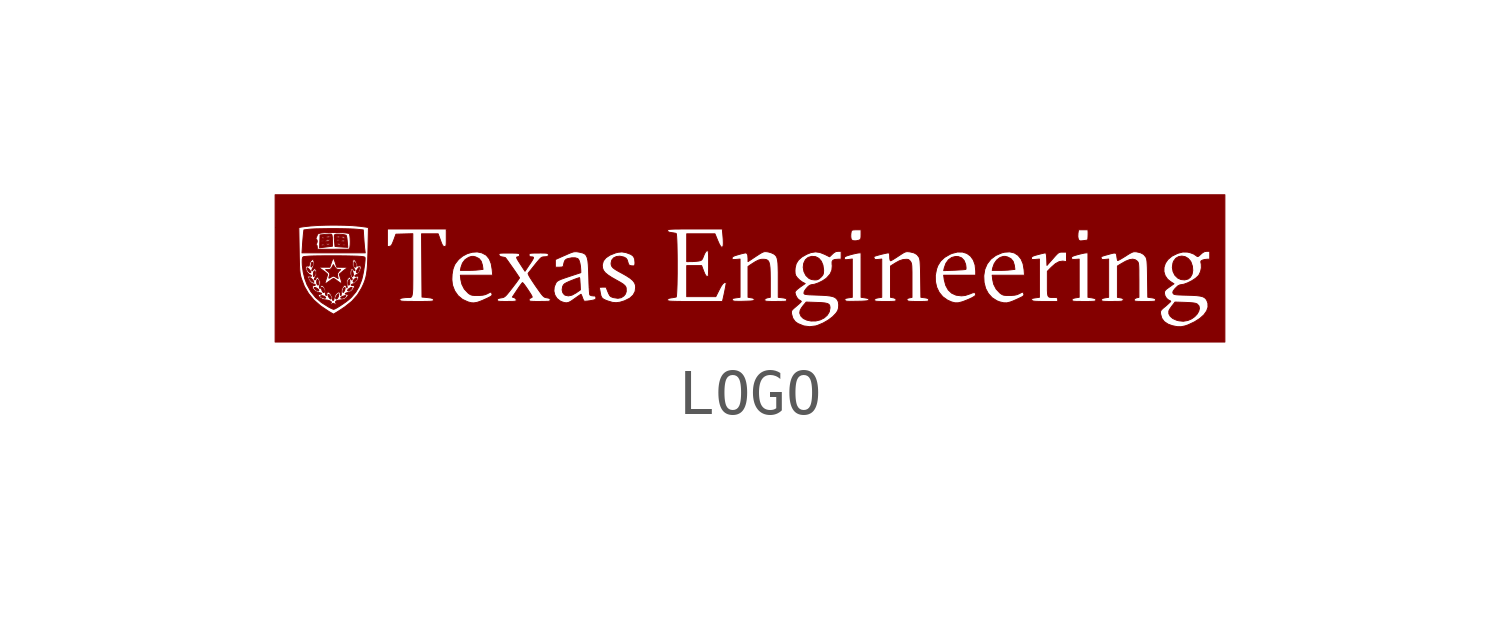
<source format=kicad_sym>
(kicad_symbol_lib
  (version 20220914)
  (generator bitmap2component)
  (symbol "LOGO"
    (pin_names
      (offset 1.016))
    (property "Reference" "#G"
      (at 0 0.986 0)
      (effects (font (size 1.27 1.27)) hide))
    (symbol "LOGO_0_0"
      (polyline (pts (xy 10.516 -0.009) (xy 10.516 1.621) (xy 0.009 1.621) (xy -10.498 1.621) (xy -10.498 0.896) (xy -9.973 0.896) (xy -9.914 0.906) (xy -9.861 0.914) (xy -9.713 0.93) (xy -9.541 0.942) (xy -9.355 0.948) (xy -9.163 0.949) (xy -8.972 0.946) (xy -8.791 0.938) (xy -8.628 0.924) (xy -8.492 0.906) (xy -8.433 0.896) (xy -8.434 0.863) (xy -8.014 0.863) (xy -7.363 0.863) (xy -6.711 0.863) (xy -6.711 0.829) (xy -1.814 0.829) (xy -1.813 0.837) (xy -1.809 0.844) (xy -1.796 0.85) (xy -1.773 0.855) (xy -1.736 0.858) (xy -1.68 0.861) (xy -1.603 0.862) (xy -1.501 0.863) (xy -1.371 0.863) (xy -1.209 0.863) (xy -0.604 0.863) (xy -0.593 0.746) (xy 2.239 0.746) (xy 2.248 0.806) (xy 2.254 0.823) (xy 2.271 0.838) (xy 2.304 0.844) (xy 2.362 0.846) (xy 2.466 0.846) (xy 2.466 0.739) (xy 2.465 0.692) (xy 7.262 0.692) (xy 7.265 0.765) (xy 7.277 0.846) (xy 7.382 0.846) (xy 7.486 0.846) (xy 7.489 0.788) (xy 7.489 0.741) (xy 7.487 0.686) (xy 7.484 0.642) (xy 7.478 0.62) (xy 7.47 0.618) (xy 7.435 0.612) (xy 7.384 0.605) (xy 7.346 0.601) (xy 7.309 0.601) (xy 7.288 0.613) (xy 7.273 0.639) (xy 7.262 0.692) (xy 2.465 0.692) (xy 2.465 0.686) (xy 2.46 0.649) (xy 2.446 0.629) (xy 2.421 0.616) (xy 2.417 0.615) (xy 2.354 0.601) (xy 2.297 0.603) (xy 2.258 0.62) (xy 2.248 0.638) (xy 2.239 0.686) (xy 2.239 0.746) (xy -0.593 0.746) (xy -0.593 0.744) (xy -0.584 0.635) (xy -0.581 0.552) (xy -0.584 0.497) (xy -0.595 0.467) (xy -0.612 0.458) (xy -0.62 0.46) (xy -0.642 0.481) (xy -0.67 0.529) (xy -0.705 0.608) (xy -0.766 0.757) (xy -1.079 0.757) (xy -1.391 0.757) (xy -1.391 0.449) (xy -1.391 0.141) (xy -1.29 0.142) (xy -1.251 0.143) (xy -1.179 0.148) (xy -1.121 0.155) (xy -1.118 0.156) (xy -1.081 0.165) (xy -1.056 0.182) (xy -1.037 0.215) (xy -1.014 0.273) (xy -0.996 0.316) (xy -0.968 0.365) (xy -0.941 0.384) (xy -0.932 0.384) (xy -0.922 0.38) (xy -0.915 0.364) (xy -0.911 0.333) (xy -0.908 0.282) (xy -0.907 0.22) (xy -0.388 0.22) (xy -0.382 0.24) (xy -0.361 0.257) (xy -0.32 0.274) (xy -0.25 0.295) (xy -0.233 0.3) (xy -0.167 0.318) (xy -0.114 0.33) (xy -0.085 0.335) (xy -0.083 0.335) (xy -0.056 0.321) (xy -0.04 0.281) (xy -0.035 0.21) (xy -0.035 0.141) (xy 0.137 0.256) (xy 0.191 0.291) (xy 0.249 0.328) (xy 0.291 0.35) (xy 0.324 0.361) (xy 0.355 0.363) (xy 0.392 0.359) (xy 0.411 0.356) (xy 0.476 0.338) (xy 0.529 0.314) (xy 0.536 0.31) (xy 0.566 0.288) (xy 0.589 0.261) (xy 0.606 0.225) (xy 0.618 0.175) (xy 0.627 0.108) (xy 0.631 0.019) (xy 0.634 -0.097) (xy 0.634 -0.244) (xy 0.634 -0.648) (xy 0.732 -0.66) (xy 0.743 -0.661) (xy 0.795 -0.671) (xy 0.819 -0.682) (xy 0.821 -0.699) (xy 0.816 -0.712) (xy 0.81 -0.732) (xy 0.809 -0.733) (xy 0.784 -0.736) (xy 0.732 -0.738) (xy 0.659 -0.739) (xy 0.573 -0.74) (xy 0.478 -0.74) (xy 0.412 -0.738) (xy 0.37 -0.735) (xy 0.347 -0.729) (xy 0.337 -0.719) (xy 0.335 -0.705) (xy 0.335 -0.698) (xy 0.352 -0.674) (xy 0.396 -0.659) (xy 0.458 -0.648) (xy 0.458 -0.288) (xy 0.458 -0.226) (xy 0.456 -0.096) (xy 0.452 0.004) (xy 0.443 0.078) (xy 0.429 0.13) (xy 0.408 0.164) (xy 0.378 0.183) (xy 0.339 0.192) (xy 0.288 0.194) (xy 0.258 0.192) (xy 0.198 0.176) (xy 0.128 0.141) (xy 0.04 0.085) (xy -0.035 0.034) (xy -0.035 -0.307) (xy -0.035 -0.647) (xy 0.036 -0.659) (xy 0.069 -0.665) (xy 0.098 -0.679) (xy 0.102 -0.701) (xy 0.101 -0.707) (xy 0.09 -0.717) (xy 0.068 -0.725) (xy 0.026 -0.73) (xy -0.039 -0.733) (xy -0.135 -0.736) (xy -0.168 -0.737) (xy -0.254 -0.737) (xy -0.312 -0.736) (xy -0.348 -0.732) (xy -0.368 -0.724) (xy -0.377 -0.712) (xy -0.382 -0.697) (xy -0.388 -0.678) (xy -0.381 -0.675) (xy -0.349 -0.668) (xy -0.299 -0.66) (xy -0.211 -0.648) (xy -0.211 -0.225) (xy -0.211 0.198) (xy -0.299 0.19) (xy -0.332 0.187) (xy -0.368 0.187) (xy -0.384 0.197) (xy -0.388 0.219) (xy -0.388 0.22) (xy -0.907 0.22) (xy -0.907 0.204) (xy -0.907 0.097) (xy -0.907 0.024) (xy -0.908 -0.064) (xy -0.91 -0.124) (xy -0.913 -0.162) (xy -0.919 -0.182) (xy -0.928 -0.19) (xy -0.94 -0.19) (xy -0.96 -0.178) (xy -0.987 -0.138) (xy -1.017 -0.066) (xy -1.061 0.053) (xy -1.226 0.053) (xy -1.391 0.053) (xy -1.391 -0.291) (xy -1.391 -0.634) (xy -1.07 -0.634) (xy -0.748 -0.634) (xy -0.674 -0.486) (xy -0.632 -0.407) (xy -0.593 -0.35) (xy -0.563 -0.326) (xy -0.539 -0.32) (xy -0.518 -0.321) (xy -0.518 -0.326) (xy -0.521 -0.358) (xy -0.531 -0.417) (xy -0.547 -0.497) (xy -0.567 -0.594) (xy -0.591 -0.7) (xy -0.6 -0.74) (xy -1.207 -0.74) (xy -1.349 -0.74) (xy -1.483 -0.74) (xy -1.589 -0.739) (xy -1.67 -0.737) (xy -1.728 -0.735) (xy -1.768 -0.732) (xy -1.794 -0.728) (xy -1.807 -0.722) (xy -1.813 -0.715) (xy -1.814 -0.706) (xy -1.808 -0.684) (xy -1.783 -0.67) (xy -1.731 -0.66) (xy -1.705 -0.657) (xy -1.655 -0.648) (xy -1.625 -0.642) (xy -1.623 -0.64) (xy -1.617 -0.611) (xy -1.613 -0.552) (xy -1.609 -0.47) (xy -1.605 -0.367) (xy -1.603 -0.249) (xy -1.601 -0.12) (xy -1.601 0.015) (xy -1.601 0.152) (xy -1.602 0.285) (xy -1.604 0.411) (xy -1.606 0.525) (xy -1.61 0.622) (xy -1.614 0.697) (xy -1.619 0.747) (xy -1.625 0.765) (xy -1.635 0.768) (xy -1.676 0.776) (xy -1.731 0.784) (xy -1.781 0.793) (xy -1.807 0.807) (xy -1.814 0.829) (xy -6.711 0.829) (xy -6.711 0.669) (xy -6.711 0.614) (xy -6.712 0.548) (xy -6.715 0.507) (xy -6.722 0.485) (xy -6.733 0.477) (xy -6.751 0.476) (xy -6.755 0.476) (xy -6.775 0.482) (xy -6.794 0.504) (xy -6.814 0.546) (xy -6.84 0.617) (xy -6.89 0.757) (xy -7.074 0.757) (xy -7.258 0.757) (xy -7.253 0.057) (xy -7.251 -0.257) (xy -6.587 -0.257) (xy -6.582 -0.14) (xy -6.563 -0.028) (xy -6.53 0.063) (xy -6.512 0.096) (xy -6.439 0.189) (xy -6.348 0.264) (xy -6.245 0.318) (xy -6.136 0.349) (xy -6.027 0.356) (xy -5.925 0.336) (xy -5.834 0.288) (xy -5.821 0.277) (xy -5.759 0.201) (xy -5.717 0.096) (xy -5.695 -0.036) (xy -5.684 -0.159) (xy -6.042 -0.159) (xy -6.399 -0.159) (xy -6.389 -0.256) (xy -6.366 -0.358) (xy -6.312 -0.465) (xy -6.229 -0.553) (xy -6.209 -0.569) (xy -6.176 -0.59) (xy -6.14 -0.602) (xy -6.091 -0.607) (xy -6.018 -0.607) (xy -5.971 -0.607) (xy -5.901 -0.601) (xy -5.848 -0.589) (xy -5.798 -0.567) (xy -5.793 -0.564) (xy -5.747 -0.54) (xy -5.723 -0.534) (xy -5.71 -0.545) (xy -5.7 -0.575) (xy -5.698 -0.582) (xy -5.699 -0.602) (xy -5.716 -0.62) (xy -5.754 -0.643) (xy -5.818 -0.675) (xy -5.828 -0.679) (xy -5.888 -0.706) (xy -5.584 -0.706) (xy -5.577 -0.685) (xy -5.552 -0.671) (xy -5.499 -0.661) (xy -5.477 -0.658) (xy -5.448 -0.651) (xy -5.423 -0.638) (xy -5.395 -0.615) (xy -5.361 -0.578) (xy -5.315 -0.521) (xy -5.252 -0.441) (xy -5.224 -0.404) (xy -5.171 -0.335) (xy -5.129 -0.277) (xy -5.101 -0.236) (xy -5.09 -0.219) (xy -5.096 -0.208) (xy -5.119 -0.174) (xy -5.154 -0.121) (xy -5.198 -0.057) (xy -5.247 0.013) (xy -5.296 0.082) (xy -5.34 0.145) (xy -5.377 0.196) (xy -5.401 0.227) (xy -5.403 0.229) (xy -5.429 0.237) (xy -5.473 0.245) (xy -5.495 0.249) (xy -5.532 0.266) (xy -5.545 0.294) (xy -5.545 0.297) (xy -5.546 0.311) (xy -5.538 0.321) (xy -5.518 0.327) (xy -5.478 0.33) (xy -5.414 0.331) (xy -5.321 0.331) (xy -5.294 0.331) (xy -5.208 0.33) (xy -5.151 0.328) (xy -5.116 0.324) (xy -5.098 0.317) (xy -5.091 0.305) (xy -5.09 0.288) (xy -5.098 0.257) (xy -5.128 0.247) (xy -5.143 0.246) (xy -5.154 0.239) (xy -5.153 0.223) (xy -5.138 0.191) (xy -5.107 0.14) (xy -5.058 0.064) (xy -4.969 -0.072) (xy -4.88 0.061) (xy -4.831 0.133) (xy -4.798 0.186) (xy -4.782 0.22) (xy -4.782 0.238) (xy -4.797 0.245) (xy -4.824 0.247) (xy -4.848 0.248) (xy -4.873 0.259) (xy -4.879 0.288) (xy -4.878 0.305) (xy -4.872 0.317) (xy -4.853 0.325) (xy -4.817 0.329) (xy -4.758 0.331) (xy -4.67 0.331) (xy -4.629 0.332) (xy -4.552 0.331) (xy -4.502 0.329) (xy -4.473 0.323) (xy -4.458 0.314) (xy -4.451 0.3) (xy -4.45 0.295) (xy -4.456 0.267) (xy -4.489 0.251) (xy -4.553 0.247) (xy -4.565 0.246) (xy -4.59 0.241) (xy -4.616 0.226) (xy -4.647 0.196) (xy -4.689 0.147) (xy -4.748 0.075) (xy -4.751 0.071) (xy -4.804 0.004) (xy -4.85 -0.054) (xy -4.884 -0.096) (xy -4.9 -0.117) (xy -4.901 -0.12) (xy -4.892 -0.15) (xy -4.861 -0.206) (xy -4.809 -0.287) (xy -4.738 -0.393) (xy -4.721 -0.417) (xy -4.661 -0.502) (xy -4.655 -0.51) (xy -4.33 -0.51) (xy -4.322 -0.417) (xy -4.283 -0.326) (xy -4.271 -0.309) (xy -4.249 -0.289) (xy -4.216 -0.27) (xy -4.166 -0.248) (xy -4.093 -0.222) (xy -3.992 -0.188) (xy -3.734 -0.103) (xy -3.735 -0.047) (xy -3.741 0.034) (xy -3.755 0.112) (xy -3.774 0.172) (xy -3.797 0.205) (xy -3.804 0.21) (xy -3.859 0.226) (xy -3.934 0.226) (xy -4.018 0.209) (xy -4.054 0.196) (xy -4.085 0.17) (xy -4.104 0.125) (xy -4.106 0.117) (xy -4.117 0.07) (xy -4.122 0.04) (xy -4.123 0.035) (xy -4.149 0.022) (xy -4.21 0.018) (xy -4.298 0.018) (xy -4.298 0.102) (xy -4.298 0.187) (xy -4.091 0.279) (xy -4.08 0.283) (xy -3.998 0.32) (xy -3.939 0.343) (xy -3.895 0.357) (xy -3.86 0.361) (xy -3.824 0.36) (xy -3.781 0.353) (xy -3.734 0.344) (xy -3.683 0.33) (xy -3.643 0.308) (xy -3.614 0.276) (xy -3.593 0.228) (xy -3.578 0.161) (xy -3.569 0.071) (xy -3.563 -0.045) (xy -3.558 -0.194) (xy -3.557 -0.234) (xy -3.554 -0.344) (xy -3.55 -0.435) (xy -3.324 -0.435) (xy -3.304 -0.425) (xy -3.254 -0.423) (xy -3.176 -0.423) (xy -3.135 -0.527) (xy -3.116 -0.57) (xy -3.093 -0.612) (xy -3.067 -0.635) (xy -3.029 -0.65) (xy -3.007 -0.656) (xy -2.914 -0.67) (xy -2.841 -0.657) (xy -2.782 -0.618) (xy -2.747 -0.575) (xy -2.729 -0.521) (xy -2.73 -0.449) (xy -2.735 -0.425) (xy -2.755 -0.393) (xy -2.792 -0.359) (xy -2.852 -0.32) (xy -2.94 -0.271) (xy -3.051 -0.208) (xy -3.135 -0.153) (xy -3.195 -0.103) (xy -3.233 -0.054) (xy -3.253 -0.002) (xy -3.259 0.056) (xy -3.258 0.075) (xy -3.235 0.156) (xy -3.178 0.226) (xy -3.089 0.285) (xy -2.966 0.334) (xy -2.911 0.348) (xy -2.825 0.356) (xy -2.737 0.342) (xy -2.636 0.305) (xy -2.62 0.297) (xy -2.571 0.259) (xy -2.544 0.204) (xy -2.536 0.125) (xy -2.537 0.087) (xy -2.545 0.056) (xy -2.567 0.046) (xy -2.614 0.049) (xy -2.628 0.051) (xy -2.66 0.061) (xy -2.679 0.086) (xy -2.694 0.135) (xy -2.708 0.181) (xy -2.733 0.216) (xy -2.774 0.239) (xy -2.788 0.244) (xy -2.872 0.262) (xy -2.947 0.254) (xy -3.009 0.224) (xy -3.05 0.174) (xy -3.065 0.107) (xy -3.062 0.071) (xy -3.049 0.037) (xy -3.023 0.005) (xy -2.977 -0.03) (xy -2.909 -0.071) (xy -2.813 -0.123) (xy -2.728 -0.171) (xy -2.642 -0.227) (xy -2.582 -0.278) (xy -2.545 -0.328) (xy -2.526 -0.379) (xy -2.521 -0.424) (xy -2.533 -0.518) (xy -2.577 -0.6) (xy -2.652 -0.668) (xy -2.758 -0.721) (xy -2.773 -0.727) (xy -2.871 -0.757) (xy -2.953 -0.767) (xy -3.034 -0.76) (xy -3.125 -0.733) (xy -3.172 -0.717) (xy -3.231 -0.689) (xy -3.268 -0.657) (xy -3.289 -0.614) (xy -3.302 -0.552) (xy -3.306 -0.529) (xy -3.315 -0.478) (xy -3.324 -0.447) (xy -3.324 -0.435) (xy -3.55 -0.435) (xy -3.549 -0.44) (xy -3.545 -0.518) (xy -3.54 -0.571) (xy -3.535 -0.595) (xy -3.534 -0.596) (xy -3.505 -0.611) (xy -3.46 -0.617) (xy -3.426 -0.618) (xy -3.405 -0.63) (xy -3.4 -0.659) (xy -3.4 -0.664) (xy -3.404 -0.685) (xy -3.421 -0.699) (xy -3.458 -0.71) (xy -3.522 -0.722) (xy -3.525 -0.723) (xy -3.588 -0.731) (xy -3.636 -0.735) (xy -3.66 -0.733) (xy -3.664 -0.729) (xy -3.681 -0.699) (xy -3.699 -0.653) (xy -3.705 -0.634) (xy -3.72 -0.596) (xy -3.73 -0.581) (xy -3.736 -0.584) (xy -3.765 -0.603) (xy -3.813 -0.636) (xy -3.872 -0.678) (xy -3.883 -0.686) (xy -3.951 -0.733) (xy -4.003 -0.76) (xy -4.047 -0.77) (xy -4.092 -0.766) (xy -4.148 -0.749) (xy -4.19 -0.73) (xy -4.262 -0.673) (xy -4.309 -0.598) (xy -4.33 -0.51) (xy -4.655 -0.51) (xy -4.617 -0.564) (xy -4.583 -0.606) (xy -4.557 -0.632) (xy -4.534 -0.647) (xy -4.509 -0.655) (xy -4.48 -0.66) (xy -4.44 -0.668) (xy -4.413 -0.68) (xy -4.411 -0.699) (xy -4.416 -0.712) (xy -4.421 -0.732) (xy -4.422 -0.733) (xy -4.444 -0.736) (xy -4.494 -0.738) (xy -4.565 -0.739) (xy -4.65 -0.74) (xy -4.735 -0.74) (xy -4.802 -0.738) (xy -4.844 -0.735) (xy -4.867 -0.729) (xy -4.877 -0.719) (xy -4.879 -0.705) (xy -4.872 -0.681) (xy -4.836 -0.659) (xy -4.822 -0.655) (xy -4.811 -0.647) (xy -4.812 -0.631) (xy -4.826 -0.602) (xy -4.855 -0.555) (xy -4.902 -0.483) (xy -4.942 -0.424) (xy -4.981 -0.37) (xy -5.01 -0.334) (xy -5.025 -0.322) (xy -5.035 -0.332) (xy -5.062 -0.367) (xy -5.099 -0.419) (xy -5.143 -0.484) (xy -5.249 -0.643) (xy -5.205 -0.658) (xy -5.177 -0.674) (xy -5.161 -0.706) (xy -5.162 -0.715) (xy -5.168 -0.726) (xy -5.187 -0.734) (xy -5.223 -0.738) (xy -5.283 -0.739) (xy -5.372 -0.74) (xy -5.426 -0.74) (xy -5.498 -0.739) (xy -5.544 -0.736) (xy -5.57 -0.73) (xy -5.581 -0.72) (xy -5.584 -0.706) (xy -5.888 -0.706) (xy -5.9 -0.712) (xy -5.968 -0.739) (xy -6.017 -0.756) (xy -6.045 -0.763) (xy -6.105 -0.772) (xy -6.161 -0.768) (xy -6.232 -0.749) (xy -6.234 -0.748) (xy -6.351 -0.694) (xy -6.45 -0.612) (xy -6.524 -0.507) (xy -6.571 -0.385) (xy -6.575 -0.367) (xy -6.587 -0.257) (xy -7.251 -0.257) (xy -7.248 -0.643) (xy -7.195 -0.647) (xy -7.119 -0.655) (xy -7.055 -0.663) (xy -7.017 -0.674) (xy -6.998 -0.687) (xy -6.993 -0.706) (xy -6.993 -0.713) (xy -6.998 -0.722) (xy -7.011 -0.729) (xy -7.037 -0.734) (xy -7.081 -0.737) (xy -7.146 -0.739) (xy -7.238 -0.74) (xy -7.361 -0.74) (xy -7.417 -0.74) (xy -7.526 -0.739) (xy -7.607 -0.738) (xy -7.663 -0.736) (xy -7.7 -0.732) (xy -7.721 -0.726) (xy -7.732 -0.718) (xy -7.737 -0.707) (xy -7.739 -0.69) (xy -7.724 -0.673) (xy -7.682 -0.663) (xy -7.682 -0.663) (xy -7.62 -0.655) (xy -7.562 -0.652) (xy -7.54 -0.652) (xy -7.516 -0.652) (xy -7.497 -0.649) (xy -7.482 -0.638) (xy -7.471 -0.618) (xy -7.463 -0.585) (xy -7.457 -0.536) (xy -7.453 -0.467) (xy -7.452 -0.376) (xy -7.451 -0.259) (xy -7.451 -0.114) (xy -7.451 0.064) (xy -7.451 0.759) (xy -7.638 0.754) (xy -7.825 0.749) (xy -7.873 0.617) (xy -7.878 0.605) (xy -7.903 0.542) (xy -7.923 0.505) (xy -7.943 0.486) (xy -7.968 0.479) (xy -8.014 0.473) (xy -8.014 0.668) (xy -8.014 0.863) (xy -8.434 0.863) (xy -8.443 0.426) (xy -8.445 0.321) (xy -8.45 0.17) (xy -8.456 0.046) (xy -8.465 -0.057) (xy -8.477 -0.144) (xy -8.494 -0.219) (xy -8.516 -0.289) (xy -8.543 -0.358) (xy -8.578 -0.431) (xy -8.58 -0.437) (xy -8.676 -0.596) (xy -8.799 -0.735) (xy -8.951 -0.857) (xy -8.969 -0.869) (xy -9.037 -0.915) (xy -9.099 -0.955) (xy -9.14 -0.981) (xy 0.925 -0.981) (xy 0.928 -0.953) (xy 0.944 -0.927) (xy 0.977 -0.895) (xy 1.032 -0.848) (xy 1.05 -0.832) (xy 1.099 -0.79) (xy 1.132 -0.757) (xy 1.145 -0.741) (xy 1.133 -0.726) (xy 1.1 -0.707) (xy 1.079 -0.693) (xy 1.043 -0.648) (xy 1.015 -0.59) (xy 1.004 -0.533) (xy 1.004 -0.533) (xy 1.02 -0.506) (xy 1.059 -0.468) (xy 1.118 -0.423) (xy 1.231 -0.344) (xy 1.173 -0.314) (xy 1.159 -0.305) (xy 1.107 -0.267) (xy 1.06 -0.221) (xy 1.049 -0.208) (xy 1.02 -0.167) (xy 1.007 -0.123) (xy 1.004 -0.06) (xy 1.008 0.002) (xy 1.031 0.097) (xy 1.081 0.176) (xy 1.158 0.244) (xy 1.268 0.306) (xy 1.36 0.342) (xy 1.459 0.357) (xy 1.557 0.344) (xy 1.664 0.301) (xy 1.77 0.248) (xy 1.833 0.309) (xy 1.863 0.336) (xy 1.909 0.363) (xy 1.96 0.37) (xy 2.026 0.37) (xy 2.026 0.282) (xy 2.026 0.217) (xy 2.096 0.217) (xy 2.096 0.225) (xy 2.104 0.243) (xy 2.127 0.259) (xy 2.17 0.275) (xy 2.241 0.296) (xy 2.263 0.302) (xy 2.334 0.319) (xy 2.392 0.331) (xy 2.426 0.335) (xy 2.466 0.335) (xy 2.466 0.236) (xy 2.75 0.236) (xy 2.751 0.254) (xy 2.76 0.258) (xy 2.799 0.271) (xy 2.855 0.287) (xy 2.92 0.304) (xy 2.983 0.319) (xy 3.035 0.33) (xy 3.063 0.335) (xy 3.073 0.334) (xy 3.091 0.326) (xy 3.098 0.299) (xy 3.1 0.247) (xy 3.101 0.215) (xy 3.108 0.174) (xy 3.119 0.159) (xy 3.133 0.164) (xy 3.172 0.186) (xy 3.228 0.221) (xy 3.294 0.264) (xy 3.327 0.286) (xy 3.387 0.325) (xy 3.43 0.349) (xy 3.464 0.36) (xy 3.496 0.362) (xy 3.535 0.358) (xy 3.546 0.357) (xy 3.638 0.335) (xy 3.703 0.298) (xy 3.747 0.242) (xy 3.757 0.22) (xy 3.765 0.19) (xy 3.771 0.148) (xy 3.775 0.089) (xy 3.779 0.01) (xy 3.782 -0.095) (xy 3.783 -0.162) (xy 4.109 -0.162) (xy 4.137 -0.022) (xy 4.164 0.052) (xy 4.227 0.153) (xy 4.315 0.235) (xy 4.433 0.303) (xy 4.479 0.323) (xy 4.6 0.354) (xy 4.711 0.353) (xy 4.808 0.322) (xy 4.889 0.263) (xy 4.95 0.178) (xy 4.989 0.068) (xy 5.003 -0.065) (xy 5.003 -0.159) (xy 4.648 -0.159) (xy 4.293 -0.159) (xy 4.295 -0.171) (xy 5.181 -0.171) (xy 5.204 -0.03) (xy 5.257 0.092) (xy 5.338 0.195) (xy 5.446 0.277) (xy 5.58 0.335) (xy 5.64 0.35) (xy 5.755 0.357) (xy 5.856 0.334) (xy 5.94 0.28) (xy 5.989 0.22) (xy 6.236 0.22) (xy 6.236 0.227) (xy 6.244 0.246) (xy 6.266 0.261) (xy 6.309 0.277) (xy 6.381 0.297) (xy 6.405 0.303) (xy 6.471 0.32) (xy 6.521 0.331) (xy 6.548 0.335) (xy 6.559 0.322) (xy 6.569 0.276) (xy 6.574 0.196) (xy 6.579 0.057) (xy 6.709 0.204) (xy 6.754 0.256) (xy 6.798 0.303) (xy 6.83 0.331) (xy 6.857 0.346) (xy 6.886 0.351) (xy 6.925 0.352) (xy 7.011 0.352) (xy 7.011 0.246) (xy 7.011 0.227) (xy 7.12 0.227) (xy 7.125 0.244) (xy 7.146 0.259) (xy 7.189 0.275) (xy 7.261 0.296) (xy 7.284 0.302) (xy 7.354 0.319) (xy 7.412 0.331) (xy 7.447 0.335) (xy 7.486 0.335) (xy 7.486 0.238) (xy 7.776 0.238) (xy 7.784 0.251) (xy 7.808 0.262) (xy 7.854 0.277) (xy 7.928 0.297) (xy 7.988 0.314) (xy 8.049 0.329) (xy 8.088 0.331) (xy 8.109 0.321) (xy 8.119 0.296) (xy 8.125 0.255) (xy 8.128 0.231) (xy 8.136 0.187) (xy 8.143 0.165) (xy 8.156 0.169) (xy 8.194 0.188) (xy 8.25 0.221) (xy 8.317 0.262) (xy 8.344 0.28) (xy 8.409 0.32) (xy 8.456 0.345) (xy 8.492 0.358) (xy 8.524 0.361) (xy 8.561 0.358) (xy 8.652 0.337) (xy 8.721 0.299) (xy 8.767 0.242) (xy 8.768 0.241) (xy 8.778 0.218) (xy 8.786 0.188) (xy 8.792 0.147) (xy 8.796 0.089) (xy 8.8 0.009) (xy 8.802 -0.096) (xy 8.804 -0.231) (xy 8.81 -0.647) (xy 8.897 -0.659) (xy 8.9 -0.659) (xy 8.952 -0.669) (xy 8.977 -0.683) (xy 8.983 -0.705) (xy 8.981 -0.719) (xy 8.972 -0.729) (xy 8.949 -0.735) (xy 8.907 -0.738) (xy 8.841 -0.74) (xy 8.746 -0.74) (xy 8.654 -0.74) (xy 8.587 -0.738) (xy 8.544 -0.735) (xy 8.52 -0.729) (xy 8.51 -0.72) (xy 8.508 -0.706) (xy 8.519 -0.679) (xy 8.561 -0.66) (xy 8.614 -0.649) (xy 8.614 -0.266) (xy 8.613 -0.145) (xy 8.613 -0.049) (xy 8.611 0.022) (xy 8.608 0.071) (xy 8.603 0.105) (xy 8.596 0.127) (xy 8.586 0.142) (xy 8.573 0.155) (xy 8.536 0.181) (xy 8.478 0.196) (xy 8.408 0.186) (xy 8.32 0.151) (xy 8.213 0.09) (xy 8.138 0.044) (xy 8.138 -0.302) (xy 8.138 -0.649) (xy 8.206 -0.66) (xy 8.244 -0.668) (xy 8.266 -0.682) (xy 8.266 -0.706) (xy 8.261 -0.718) (xy 8.249 -0.728) (xy 8.225 -0.734) (xy 8.183 -0.738) (xy 8.117 -0.739) (xy 8.021 -0.74) (xy 7.931 -0.74) (xy 7.864 -0.738) (xy 7.821 -0.735) (xy 7.798 -0.729) (xy 7.788 -0.719) (xy 7.786 -0.706) (xy 7.79 -0.686) (xy 7.814 -0.671) (xy 7.865 -0.66) (xy 7.944 -0.648) (xy 7.944 -0.225) (xy 7.944 0.198) (xy 7.866 0.19) (xy 7.816 0.186) (xy 7.791 0.194) (xy 7.78 0.214) (xy 7.778 0.222) (xy 7.776 0.238) (xy 7.486 0.238) (xy 7.486 -0.157) (xy 7.486 -0.648) (xy 7.574 -0.66) (xy 7.575 -0.661) (xy 7.629 -0.671) (xy 7.655 -0.685) (xy 7.662 -0.706) (xy 7.662 -0.71) (xy 7.658 -0.722) (xy 7.646 -0.73) (xy 7.618 -0.735) (xy 7.571 -0.738) (xy 7.5 -0.74) (xy 7.398 -0.74) (xy 7.361 -0.74) (xy 7.27 -0.739) (xy 7.207 -0.738) (xy 7.167 -0.734) (xy 7.145 -0.728) (xy 7.136 -0.719) (xy 7.134 -0.706) (xy 7.139 -0.686) (xy 7.162 -0.671) (xy 7.213 -0.66) (xy 7.292 -0.648) (xy 7.292 -0.225) (xy 7.292 0.197) (xy 7.209 0.191) (xy 7.193 0.19) (xy 7.149 0.19) (xy 7.128 0.199) (xy 7.12 0.22) (xy 7.12 0.227) (xy 7.011 0.227) (xy 7.011 0.139) (xy 6.952 0.15) (xy 6.928 0.153) (xy 6.849 0.141) (xy 6.766 0.096) (xy 6.676 0.017) (xy 6.588 -0.073) (xy 6.588 -0.352) (xy 6.588 -0.408) (xy 6.588 -0.502) (xy 6.592 -0.568) (xy 6.6 -0.611) (xy 6.615 -0.636) (xy 6.641 -0.648) (xy 6.678 -0.652) (xy 6.73 -0.652) (xy 6.763 -0.652) (xy 6.799 -0.656) (xy 6.814 -0.669) (xy 6.817 -0.696) (xy 6.817 -0.74) (xy 6.537 -0.74) (xy 6.45 -0.74) (xy 6.367 -0.738) (xy 6.31 -0.735) (xy 6.274 -0.73) (xy 6.255 -0.723) (xy 6.246 -0.712) (xy 6.241 -0.697) (xy 6.236 -0.678) (xy 6.242 -0.675) (xy 6.274 -0.668) (xy 6.324 -0.66) (xy 6.412 -0.648) (xy 6.412 -0.225) (xy 6.412 0.198) (xy 6.324 0.19) (xy 6.289 0.187) (xy 6.253 0.187) (xy 6.239 0.197) (xy 6.236 0.22) (xy 5.989 0.22) (xy 6.006 0.199) (xy 6.051 0.092) (xy 6.073 -0.039) (xy 6.082 -0.159) (xy 5.725 -0.159) (xy 5.367 -0.159) (xy 5.378 -0.256) (xy 5.4 -0.358) (xy 5.455 -0.465) (xy 5.537 -0.553) (xy 5.558 -0.569) (xy 5.591 -0.59) (xy 5.626 -0.602) (xy 5.675 -0.607) (xy 5.748 -0.607) (xy 5.796 -0.607) (xy 5.865 -0.601) (xy 5.919 -0.589) (xy 5.969 -0.567) (xy 5.974 -0.564) (xy 6.019 -0.54) (xy 6.044 -0.534) (xy 6.057 -0.545) (xy 6.067 -0.576) (xy 6.067 -0.576) (xy 6.069 -0.598) (xy 6.057 -0.617) (xy 6.024 -0.639) (xy 5.964 -0.668) (xy 5.902 -0.697) (xy 5.831 -0.728) (xy 5.776 -0.749) (xy 5.767 -0.752) (xy 5.691 -0.771) (xy 5.619 -0.769) (xy 5.534 -0.749) (xy 5.474 -0.726) (xy 5.367 -0.658) (xy 5.283 -0.566) (xy 5.222 -0.453) (xy 5.188 -0.32) (xy 5.181 -0.171) (xy 4.295 -0.171) (xy 4.305 -0.246) (xy 4.307 -0.261) (xy 4.34 -0.386) (xy 4.395 -0.485) (xy 4.471 -0.557) (xy 4.568 -0.601) (xy 4.686 -0.616) (xy 4.769 -0.608) (xy 4.878 -0.572) (xy 4.93 -0.55) (xy 4.973 -0.542) (xy 4.995 -0.557) (xy 5.002 -0.594) (xy 5.001 -0.599) (xy 4.978 -0.623) (xy 4.925 -0.655) (xy 4.846 -0.692) (xy 4.744 -0.733) (xy 4.705 -0.747) (xy 4.62 -0.769) (xy 4.545 -0.77) (xy 4.468 -0.75) (xy 4.377 -0.709) (xy 4.374 -0.707) (xy 4.274 -0.635) (xy 4.195 -0.54) (xy 4.14 -0.426) (xy 4.111 -0.298) (xy 4.109 -0.162) (xy 3.783 -0.162) (xy 3.784 -0.231) (xy 3.79 -0.648) (xy 3.877 -0.659) (xy 3.88 -0.659) (xy 3.932 -0.669) (xy 3.957 -0.683) (xy 3.963 -0.705) (xy 3.961 -0.719) (xy 3.952 -0.729) (xy 3.929 -0.735) (xy 3.888 -0.738) (xy 3.823 -0.74) (xy 3.728 -0.74) (xy 3.648 -0.74) (xy 3.577 -0.738) (xy 3.53 -0.735) (xy 3.503 -0.729) (xy 3.489 -0.72) (xy 3.483 -0.706) (xy 3.481 -0.692) (xy 3.494 -0.673) (xy 3.534 -0.661) (xy 3.593 -0.65) (xy 3.593 -0.275) (xy 3.593 -0.197) (xy 3.593 -0.091) (xy 3.591 -0.012) (xy 3.589 0.045) (xy 3.584 0.085) (xy 3.577 0.112) (xy 3.568 0.132) (xy 3.555 0.149) (xy 3.543 0.165) (xy 3.517 0.186) (xy 3.483 0.193) (xy 3.428 0.19) (xy 3.385 0.184) (xy 3.312 0.159) (xy 3.228 0.113) (xy 3.118 0.044) (xy 3.118 -0.302) (xy 3.118 -0.648) (xy 3.179 -0.659) (xy 3.193 -0.662) (xy 3.23 -0.678) (xy 3.241 -0.705) (xy 3.239 -0.719) (xy 3.229 -0.729) (xy 3.206 -0.735) (xy 3.165 -0.738) (xy 3.099 -0.74) (xy 3.003 -0.74) (xy 2.91 -0.74) (xy 2.843 -0.738) (xy 2.801 -0.735) (xy 2.778 -0.729) (xy 2.768 -0.719) (xy 2.765 -0.706) (xy 2.77 -0.686) (xy 2.794 -0.671) (xy 2.845 -0.66) (xy 2.924 -0.648) (xy 2.924 -0.225) (xy 2.924 0.198) (xy 2.845 0.19) (xy 2.842 0.189) (xy 2.793 0.186) (xy 2.768 0.194) (xy 2.756 0.215) (xy 2.75 0.236) (xy 2.466 0.236) (xy 2.466 -0.157) (xy 2.466 -0.648) (xy 2.555 -0.661) (xy 2.607 -0.67) (xy 2.634 -0.683) (xy 2.639 -0.702) (xy 2.635 -0.71) (xy 2.623 -0.719) (xy 2.595 -0.726) (xy 2.549 -0.73) (xy 2.477 -0.734) (xy 2.376 -0.736) (xy 2.351 -0.736) (xy 2.257 -0.738) (xy 2.193 -0.737) (xy 2.151 -0.735) (xy 2.127 -0.729) (xy 2.115 -0.72) (xy 2.109 -0.706) (xy 2.108 -0.699) (xy 2.111 -0.681) (xy 2.135 -0.669) (xy 2.186 -0.66) (xy 2.272 -0.648) (xy 2.272 -0.225) (xy 2.272 0.199) (xy 2.184 0.188) (xy 2.148 0.184) (xy 2.113 0.184) (xy 2.099 0.194) (xy 2.096 0.217) (xy 2.026 0.217) (xy 2.026 0.194) (xy 1.954 0.194) (xy 1.886 0.189) (xy 1.843 0.172) (xy 1.824 0.138) (xy 1.825 0.083) (xy 1.829 0.048) (xy 1.82 -0.049) (xy 1.781 -0.136) (xy 1.708 -0.217) (xy 1.687 -0.235) (xy 1.61 -0.286) (xy 1.522 -0.329) (xy 1.436 -0.359) (xy 1.363 -0.37) (xy 1.361 -0.37) (xy 1.323 -0.386) (xy 1.28 -0.423) (xy 1.24 -0.47) (xy 1.21 -0.517) (xy 1.202 -0.554) (xy 1.204 -0.565) (xy 1.212 -0.575) (xy 1.23 -0.583) (xy 1.264 -0.588) (xy 1.318 -0.593) (xy 1.397 -0.596) (xy 1.506 -0.6) (xy 1.587 -0.603) (xy 1.696 -0.609) (xy 1.779 -0.619) (xy 1.84 -0.632) (xy 1.885 -0.65) (xy 1.918 -0.675) (xy 1.945 -0.708) (xy 1.963 -0.749) (xy 1.972 -0.816) (xy 1.967 -0.887) (xy 1.948 -0.948) (xy 1.926 -0.98) (xy 9.091 -0.98) (xy 9.095 -0.952) (xy 9.112 -0.926) (xy 9.146 -0.893) (xy 9.202 -0.847) (xy 9.223 -0.829) (xy 9.271 -0.786) (xy 9.305 -0.754) (xy 9.318 -0.738) (xy 9.312 -0.728) (xy 9.283 -0.714) (xy 9.271 -0.709) (xy 9.225 -0.671) (xy 9.191 -0.616) (xy 9.177 -0.555) (xy 9.181 -0.523) (xy 9.195 -0.496) (xy 9.227 -0.465) (xy 9.284 -0.424) (xy 9.39 -0.349) (xy 9.309 -0.297) (xy 9.247 -0.247) (xy 9.193 -0.168) (xy 9.167 -0.08) (xy 9.169 0.013) (xy 9.198 0.104) (xy 9.255 0.187) (xy 9.338 0.257) (xy 9.352 0.266) (xy 9.473 0.325) (xy 9.586 0.354) (xy 9.689 0.352) (xy 9.75 0.338) (xy 9.826 0.309) (xy 9.887 0.268) (xy 9.9 0.257) (xy 9.919 0.253) (xy 9.944 0.268) (xy 9.984 0.305) (xy 10.023 0.339) (xy 10.067 0.363) (xy 10.116 0.37) (xy 10.181 0.37) (xy 10.181 0.282) (xy 10.181 0.194) (xy 10.12 0.194) (xy 10.065 0.188) (xy 10.017 0.174) (xy 9.991 0.16) (xy 9.982 0.138) (xy 9.99 0.096) (xy 9.993 0.082) (xy 9.995 0.005) (xy 9.978 -0.078) (xy 9.944 -0.15) (xy 9.93 -0.17) (xy 9.869 -0.226) (xy 9.789 -0.279) (xy 9.699 -0.325) (xy 9.61 -0.358) (xy 9.533 -0.371) (xy 9.52 -0.373) (xy 9.473 -0.397) (xy 9.418 -0.45) (xy 9.403 -0.467) (xy 9.373 -0.508) (xy 9.363 -0.536) (xy 9.369 -0.56) (xy 9.373 -0.567) (xy 9.385 -0.578) (xy 9.405 -0.586) (xy 9.44 -0.592) (xy 9.495 -0.596) (xy 9.574 -0.599) (xy 9.683 -0.602) (xy 9.782 -0.605) (xy 9.888 -0.611) (xy 9.967 -0.621) (xy 10.025 -0.635) (xy 10.066 -0.656) (xy 10.096 -0.684) (xy 10.119 -0.722) (xy 10.14 -0.78) (xy 10.142 -0.866) (xy 10.112 -0.951) (xy 10.051 -1.036) (xy 9.961 -1.116) (xy 9.845 -1.19) (xy 9.703 -1.257) (xy 9.637 -1.28) (xy 9.547 -1.299) (xy 9.458 -1.297) (xy 9.353 -1.276) (xy 9.259 -1.242) (xy 9.175 -1.186) (xy 9.12 -1.112) (xy 9.094 -1.019) (xy 9.094 -1.018) (xy 9.091 -0.98) (xy 1.926 -0.98) (xy 1.913 -1) (xy 1.838 -1.078) (xy 1.74 -1.152) (xy 1.627 -1.217) (xy 1.506 -1.268) (xy 1.465 -1.281) (xy 1.33 -1.298) (xy 1.198 -1.281) (xy 1.07 -1.229) (xy 1.008 -1.185) (xy 0.955 -1.11) (xy 0.928 -1.013) (xy 0.925 -0.981) (xy -9.14 -0.981) (xy -9.143 -0.982) (xy -9.205 -1.02) (xy -9.276 -0.98) (xy -9.308 -0.961) (xy -9.489 -0.84) (xy -9.639 -0.709) (xy -9.758 -0.565) (xy -9.851 -0.406) (xy -9.918 -0.229) (xy -9.92 -0.223) (xy -9.931 -0.181) (xy -9.941 -0.139) (xy -9.947 -0.092) (xy -9.953 -0.034) (xy -9.957 0.039) (xy -9.96 0.132) (xy -9.963 0.251) (xy -9.965 0.4) (xy -9.973 0.896) (xy -10.498 0.896) (xy -10.498 -0.009) (xy -10.498 -1.638) (xy 0.009 -1.638) (xy 10.516 -1.638) (xy 10.516 -0.009)) (stroke (width 0.01) (type default)) (fill (type outline)))
      (polyline (pts (xy 1.464 -1.172) (xy 1.563 -1.148) (xy 1.649 -1.105) (xy 1.718 -1.044) (xy 1.763 -0.97) (xy 1.779 -0.885) (xy 1.779 -0.868) (xy 1.772 -0.83) (xy 1.755 -0.803) (xy 1.721 -0.785) (xy 1.667 -0.773) (xy 1.587 -0.765) (xy 1.476 -0.761) (xy 1.252 -0.753) (xy 1.203 -0.811) (xy 1.191 -0.824) (xy 1.144 -0.888) (xy 1.118 -0.94) (xy 1.11 -0.988) (xy 1.112 -1.006) (xy 1.137 -1.066) (xy 1.189 -1.117) (xy 1.265 -1.153) (xy 1.359 -1.173) (xy 1.464 -1.172)) (stroke (width 0.01) (type default)) (fill (type outline)))
      (polyline (pts (xy 1.49 -0.261) (xy 1.533 -0.243) (xy 1.578 -0.204) (xy 1.595 -0.187) (xy 1.623 -0.15) (xy 1.635 -0.11) (xy 1.638 -0.05) (xy 1.638 -0.043) (xy 1.623 0.063) (xy 1.587 0.15) (xy 1.532 0.214) (xy 1.461 0.251) (xy 1.377 0.258) (xy 1.375 0.258) (xy 1.294 0.234) (xy 1.234 0.182) (xy 1.197 0.104) (xy 1.186 0.015) (xy 1.203 -0.081) (xy 1.246 -0.166) (xy 1.315 -0.231) (xy 1.372 -0.255) (xy 1.442 -0.264) (xy 1.49 -0.261)) (stroke (width 0.01) (type default)) (fill (type outline)))
      (polyline (pts (xy 9.69 -1.162) (xy 9.698 -1.16) (xy 9.779 -1.125) (xy 9.848 -1.076) (xy 9.903 -1.017) (xy 9.938 -0.955) (xy 9.953 -0.894) (xy 9.943 -0.84) (xy 9.905 -0.798) (xy 9.895 -0.792) (xy 9.86 -0.779) (xy 9.81 -0.771) (xy 9.737 -0.765) (xy 9.635 -0.76) (xy 9.412 -0.753) (xy 9.359 -0.822) (xy 9.343 -0.842) (xy 9.308 -0.891) (xy 9.285 -0.929) (xy 9.275 -0.954) (xy 9.276 -1.013) (xy 9.307 -1.069) (xy 9.364 -1.118) (xy 9.444 -1.154) (xy 9.498 -1.168) (xy 9.595 -1.178) (xy 9.69 -1.162)) (stroke (width 0.01) (type default)) (fill (type outline)))
      (polyline (pts (xy 9.706 -0.242) (xy 9.755 -0.201) (xy 9.791 -0.135) (xy 9.805 -0.053) (xy 9.798 0.038) (xy 9.767 0.13) (xy 9.756 0.151) (xy 9.702 0.213) (xy 9.636 0.251) (xy 9.563 0.264) (xy 9.491 0.252) (xy 9.429 0.215) (xy 9.382 0.152) (xy 9.366 0.109) (xy 9.353 0.014) (xy 9.369 -0.079) (xy 9.41 -0.161) (xy 9.475 -0.224) (xy 9.544 -0.255) (xy 9.627 -0.263) (xy 9.706 -0.242)) (stroke (width 0.01) (type default)) (fill (type outline)))
      (polyline (pts (xy -9.179 -0.907) (xy -9.131 -0.882) (xy -9.069 -0.844) (xy -9 -0.798) (xy -8.931 -0.75) (xy -8.871 -0.703) (xy -8.825 -0.662) (xy -8.804 -0.641) (xy -8.713 -0.533) (xy -8.643 -0.416) (xy -8.588 -0.277) (xy -8.575 -0.234) (xy -8.558 -0.161) (xy -8.541 -0.077) (xy -8.527 0.01) (xy -8.515 0.092) (xy -8.508 0.163) (xy -8.506 0.213) (xy -8.51 0.237) (xy -8.519 0.243) (xy -8.55 0.251) (xy -8.602 0.257) (xy -8.678 0.262) (xy -8.782 0.265) (xy -8.915 0.268) (xy -9.081 0.27) (xy -9.163 0.27) (xy -9.345 0.27) (xy -9.505 0.269) (xy -9.639 0.267) (xy -9.746 0.263) (xy -9.823 0.257) (xy -9.867 0.251) (xy -9.879 0.246) (xy -9.891 0.229) (xy -9.898 0.193) (xy -9.899 0.129) (xy -9.896 0.058) (xy -9.891 0.02) (xy -9.822 0.02) (xy -9.807 0.043) (xy -9.776 0.044) (xy -9.77 0.042) (xy -9.746 0.044) (xy -9.74 0.074) (xy -9.74 0.078) (xy -9.729 0.119) (xy -9.706 0.158) (xy -9.679 0.183) (xy -9.655 0.186) (xy -9.65 0.182) (xy -9.638 0.148) (xy -9.636 0.098) (xy -9.644 0.047) (xy -9.657 0.018) (xy -9.538 0.018) (xy -9.412 0.018) (xy -9.286 0.018) (xy -9.256 0.11) (xy -9.243 0.147) (xy -9.225 0.193) (xy -9.213 0.216) (xy -9.203 0.209) (xy -9.187 0.176) (xy -9.168 0.124) (xy -9.136 0.018) (xy -9.011 0.017) (xy -8.886 0.017) (xy -8.939 -0.023) (xy -8.939 -0.023) (xy -8.989 -0.061) (xy -9.035 -0.099) (xy -9.079 -0.137) (xy -9.047 -0.237) (xy -9.034 -0.283) (xy -9.024 -0.326) (xy -9.023 -0.345) (xy -9.035 -0.342) (xy -9.067 -0.323) (xy -9.112 -0.291) (xy -9.147 -0.264) (xy -9.185 -0.239) (xy -9.204 -0.229) (xy -9.218 -0.235) (xy -9.254 -0.258) (xy -9.3 -0.291) (xy -9.338 -0.318) (xy -9.376 -0.343) (xy -9.394 -0.352) (xy -9.395 -0.341) (xy -9.386 -0.305) (xy -9.37 -0.253) (xy -9.355 -0.207) (xy -9.341 -0.162) (xy -9.336 -0.14) (xy -9.336 -0.139) (xy -9.351 -0.122) (xy -9.387 -0.091) (xy -9.437 -0.054) (xy -9.538 0.018) (xy -9.657 0.018) (xy -9.661 0.008) (xy -9.677 -0.019) (xy -9.687 -0.053) (xy -9.687 -0.056) (xy -9.679 -0.063) (xy -9.656 -0.039) (xy -9.648 -0.028) (xy -9.624 -0.011) (xy -9.604 -0.021) (xy -9.589 -0.051) (xy -9.583 -0.104) (xy -9.59 -0.16) (xy -9.608 -0.204) (xy -9.621 -0.222) (xy -9.634 -0.254) (xy -9.619 -0.264) (xy -9.607 -0.257) (xy -9.591 -0.229) (xy -9.587 -0.218) (xy -9.568 -0.196) (xy -9.545 -0.209) (xy -9.517 -0.256) (xy -9.503 -0.288) (xy -9.496 -0.329) (xy -9.508 -0.374) (xy -9.519 -0.415) (xy -9.512 -0.448) (xy -9.499 -0.452) (xy -9.494 -0.427) (xy -9.494 -0.426) (xy -9.485 -0.388) (xy -9.46 -0.38) (xy -9.424 -0.405) (xy -9.423 -0.405) (xy -9.397 -0.451) (xy -9.388 -0.519) (xy -9.388 -0.54) (xy -9.382 -0.585) (xy -9.371 -0.608) (xy -9.359 -0.604) (xy -9.353 -0.574) (xy -9.348 -0.544) (xy -9.328 -0.528) (xy -9.299 -0.541) (xy -9.266 -0.577) (xy -9.24 -0.624) (xy -9.23 -0.672) (xy -9.225 -0.711) (xy -9.214 -0.72) (xy -9.2 -0.7) (xy -9.188 -0.653) (xy -9.175 -0.609) (xy -9.148 -0.567) (xy -9.117 -0.539) (xy -9.086 -0.529) (xy -9.063 -0.539) (xy -9.054 -0.575) (xy -9.05 -0.604) (xy -9.041 -0.61) (xy -9.039 -0.607) (xy -9.034 -0.578) (xy -9.034 -0.531) (xy -9.03 -0.478) (xy -9.001 -0.418) (xy -8.984 -0.398) (xy -8.957 -0.374) (xy -8.937 -0.381) (xy -8.918 -0.418) (xy -8.911 -0.435) (xy -8.905 -0.44) (xy -8.904 -0.416) (xy -8.908 -0.361) (xy -8.911 -0.321) (xy -8.91 -0.275) (xy -8.9 -0.245) (xy -8.879 -0.221) (xy -8.853 -0.199) (xy -8.839 -0.2) (xy -8.831 -0.226) (xy -8.821 -0.249) (xy -8.805 -0.264) (xy -8.795 -0.262) (xy -8.792 -0.241) (xy -8.815 -0.202) (xy -8.819 -0.197) (xy -8.838 -0.142) (xy -8.838 -0.079) (xy -8.819 -0.027) (xy -8.805 -0.009) (xy -8.79 -0.007) (xy -8.769 -0.033) (xy -8.748 -0.055) (xy -8.731 -0.059) (xy -8.73 -0.044) (xy -8.747 -0.016) (xy -8.769 0.024) (xy -8.782 0.08) (xy -8.784 0.136) (xy -8.772 0.176) (xy -8.762 0.188) (xy -8.745 0.188) (xy -8.719 0.161) (xy -8.695 0.121) (xy -8.684 0.077) (xy -8.683 0.061) (xy -8.672 0.042) (xy -8.64 0.046) (xy -8.615 0.05) (xy -8.599 0.04) (xy -8.596 0.004) (xy -8.597 -0.009) (xy -8.617 -0.068) (xy -8.655 -0.119) (xy -8.702 -0.15) (xy -8.712 -0.153) (xy -8.735 -0.171) (xy -8.728 -0.185) (xy -8.693 -0.183) (xy -8.68 -0.18) (xy -8.655 -0.183) (xy -8.649 -0.208) (xy -8.649 -0.216) (xy -8.667 -0.259) (xy -8.7 -0.303) (xy -8.738 -0.338) (xy -8.773 -0.352) (xy -8.791 -0.355) (xy -8.816 -0.37) (xy -8.812 -0.382) (xy -8.782 -0.388) (xy -8.757 -0.389) (xy -8.74 -0.399) (xy -8.745 -0.424) (xy -8.772 -0.471) (xy -8.783 -0.487) (xy -8.821 -0.522) (xy -8.877 -0.539) (xy -8.922 -0.551) (xy -8.946 -0.565) (xy -8.944 -0.576) (xy -8.913 -0.581) (xy -8.908 -0.581) (xy -8.881 -0.592) (xy -8.886 -0.619) (xy -8.921 -0.661) (xy -8.929 -0.669) (xy -8.976 -0.697) (xy -9.04 -0.705) (xy -9.097 -0.711) (xy -9.142 -0.726) (xy -9.163 -0.748) (xy -9.156 -0.772) (xy -9.153 -0.775) (xy -9.144 -0.797) (xy -9.158 -0.806) (xy -9.185 -0.793) (xy -9.209 -0.78) (xy -9.237 -0.791) (xy -9.252 -0.8) (xy -9.273 -0.795) (xy -9.275 -0.787) (xy -9.261 -0.77) (xy -9.25 -0.759) (xy -9.261 -0.742) (xy -9.292 -0.725) (xy -9.335 -0.711) (xy -9.382 -0.705) (xy -9.445 -0.696) (xy -9.5 -0.661) (xy -9.516 -0.646) (xy -9.543 -0.61) (xy -9.538 -0.588) (xy -9.502 -0.581) (xy -9.474 -0.577) (xy -9.468 -0.564) (xy -9.48 -0.554) (xy -9.514 -0.546) (xy -9.514 -0.546) (xy -9.573 -0.532) (xy -9.629 -0.497) (xy -9.666 -0.452) (xy -9.677 -0.418) (xy -9.668 -0.394) (xy -9.631 -0.388) (xy -9.614 -0.384) (xy -9.609 -0.37) (xy -9.618 -0.361) (xy -9.651 -0.352) (xy -9.668 -0.349) (xy -9.708 -0.322) (xy -9.745 -0.276) (xy -9.768 -0.222) (xy -9.775 -0.191) (xy -9.766 -0.177) (xy -9.735 -0.18) (xy -9.718 -0.182) (xy -9.691 -0.18) (xy -9.696 -0.166) (xy -9.732 -0.144) (xy -9.747 -0.136) (xy -9.782 -0.103) (xy -9.807 -0.061) (xy -9.821 -0.017) (xy -9.822 0.02) (xy -9.891 0.02) (xy -9.876 -0.091) (xy -9.84 -0.239) (xy -9.791 -0.37) (xy -9.708 -0.52) (xy -9.604 -0.65) (xy -9.475 -0.762) (xy -9.316 -0.863) (xy -9.271 -0.887) (xy -9.227 -0.907) (xy -9.204 -0.915) (xy -9.179 -0.907)) (stroke (width 0.01) (type default)) (fill (type outline)))
      (polyline (pts (xy -8.514 0.418) (xy -8.517 0.438) (xy -8.523 0.504) (xy -8.53 0.587) (xy -8.536 0.672) (xy -8.547 0.843) (xy -8.681 0.857) (xy -8.747 0.862) (xy -8.842 0.866) (xy -8.957 0.869) (xy -9.085 0.871) (xy -9.219 0.872) (xy -9.353 0.871) (xy -9.479 0.869) (xy -9.591 0.867) (xy -9.681 0.863) (xy -9.744 0.858) (xy -9.861 0.843) (xy -9.871 0.761) (xy -9.873 0.74) (xy -9.879 0.674) (xy -9.886 0.592) (xy -9.891 0.527) (xy -9.6 0.527) (xy -9.587 0.539) (xy -9.576 0.549) (xy -9.566 0.581) (xy -9.569 0.617) (xy -9.585 0.638) (xy -9.596 0.649) (xy -9.586 0.679) (xy -9.574 0.703) (xy -9.559 0.742) (xy -9.552 0.753) (xy -9.527 0.765) (xy -9.48 0.774) (xy -9.403 0.782) (xy -9.369 0.784) (xy -9.284 0.787) (xy -9.19 0.787) (xy -9.096 0.785) (xy -9.008 0.782) (xy -8.934 0.776) (xy -8.881 0.769) (xy -8.856 0.761) (xy -8.851 0.749) (xy -8.843 0.708) (xy -8.838 0.649) (xy -8.835 0.582) (xy -8.837 0.518) (xy -8.842 0.468) (xy -8.852 0.417) (xy -9.208 0.415) (xy -9.565 0.414) (xy -9.565 0.461) (xy -9.57 0.495) (xy -9.587 0.518) (xy -9.6 0.527) (xy -9.891 0.527) (xy -9.892 0.506) (xy -9.903 0.335) (xy -9.204 0.335) (xy -8.504 0.335) (xy -8.514 0.418)) (stroke (width 0.01) (type default)) (fill (type outline)))
      (polyline (pts (xy -6.242 -0.053) (xy -6.224 -0.053) (xy -6.138 -0.051) (xy -6.055 -0.047) (xy -5.992 -0.041) (xy -5.898 -0.03) (xy -5.909 0.051) (xy -5.912 0.067) (xy -5.938 0.15) (xy -5.985 0.208) (xy -6.058 0.244) (xy -6.066 0.247) (xy -6.115 0.258) (xy -6.157 0.256) (xy -6.211 0.238) (xy -6.218 0.235) (xy -6.296 0.184) (xy -6.353 0.108) (xy -6.386 0.013) (xy -6.398 -0.053) (xy -6.242 -0.053)) (stroke (width 0.01) (type default)) (fill (type outline)))
      (polyline (pts (xy -3.929 -0.6) (xy -3.838 -0.55) (xy -3.743 -0.483) (xy -3.749 -0.351) (xy -3.75 -0.341) (xy -3.754 -0.279) (xy -3.758 -0.233) (xy -3.762 -0.213) (xy -3.772 -0.215) (xy -3.81 -0.227) (xy -3.867 -0.247) (xy -3.938 -0.275) (xy -3.992 -0.297) (xy -4.053 -0.325) (xy -4.093 -0.348) (xy -4.117 -0.372) (xy -4.132 -0.4) (xy -4.138 -0.416) (xy -4.148 -0.484) (xy -4.133 -0.546) (xy -4.098 -0.591) (xy -4.078 -0.602) (xy -4.009 -0.617) (xy -3.929 -0.6)) (stroke (width 0.01) (type default)) (fill (type outline)))
      (polyline (pts (xy 4.535 -0.049) (xy 4.56 -0.048) (xy 4.645 -0.043) (xy 4.716 -0.039) (xy 4.765 -0.034) (xy 4.785 -0.029) (xy 4.788 -0.023) (xy 4.789 0.011) (xy 4.783 0.061) (xy 4.778 0.087) (xy 4.745 0.168) (xy 4.69 0.225) (xy 4.617 0.253) (xy 4.556 0.256) (xy 4.471 0.233) (xy 4.399 0.181) (xy 4.343 0.103) (xy 4.307 0.002) (xy 4.294 -0.058) (xy 4.535 -0.049)) (stroke (width 0.01) (type default)) (fill (type outline)))
      (polyline (pts (xy 5.524 -0.053) (xy 5.542 -0.053) (xy 5.629 -0.051) (xy 5.712 -0.047) (xy 5.775 -0.041) (xy 5.87 -0.03) (xy 5.859 0.051) (xy 5.857 0.064) (xy 5.831 0.148) (xy 5.782 0.207) (xy 5.709 0.244) (xy 5.702 0.246) (xy 5.652 0.258) (xy 5.61 0.256) (xy 5.556 0.238) (xy 5.535 0.229) (xy 5.466 0.175) (xy 5.412 0.097) (xy 5.379 0.003) (xy 5.368 -0.053) (xy 5.524 -0.053)) (stroke (width 0.01) (type default)) (fill (type outline)))
      (polyline (pts (xy -9.258 -0.681) (xy -9.259 -0.657) (xy -9.272 -0.624) (xy -9.294 -0.597) (xy -9.306 -0.588) (xy -9.326 -0.585) (xy -9.329 -0.605) (xy -9.311 -0.642) (xy -9.286 -0.674) (xy -9.266 -0.687) (xy -9.258 -0.681)) (stroke (width 0.01) (type default)) (fill (type outline)))
      (polyline (pts (xy -9.138 -0.686) (xy -9.116 -0.666) (xy -9.097 -0.628) (xy -9.09 -0.587) (xy -9.091 -0.571) (xy -9.101 -0.57) (xy -9.125 -0.596) (xy -9.149 -0.632) (xy -9.159 -0.662) (xy -9.158 -0.673) (xy -9.143 -0.687) (xy -9.138 -0.686)) (stroke (width 0.01) (type default)) (fill (type outline)))
      (polyline (pts (xy -9.394 -0.669) (xy -9.379 -0.66) (xy -9.387 -0.643) (xy -9.413 -0.625) (xy -9.451 -0.612) (xy -9.451 -0.612) (xy -9.486 -0.612) (xy -9.491 -0.627) (xy -9.463 -0.65) (xy -9.443 -0.659) (xy -9.399 -0.669) (xy -9.394 -0.669)) (stroke (width 0.01) (type default)) (fill (type outline)))
      (polyline (pts (xy -8.977 -0.662) (xy -8.952 -0.648) (xy -8.941 -0.636) (xy -8.931 -0.614) (xy -8.933 -0.61) (xy -8.956 -0.612) (xy -8.991 -0.622) (xy -9.026 -0.638) (xy -9.046 -0.653) (xy -9.047 -0.657) (xy -9.038 -0.667) (xy -9.01 -0.669) (xy -8.977 -0.662)) (stroke (width 0.01) (type default)) (fill (type outline)))
      (polyline (pts (xy -9.406 -0.518) (xy -9.406 -0.512) (xy -9.417 -0.472) (xy -9.438 -0.438) (xy -9.46 -0.423) (xy -9.472 -0.427) (xy -9.475 -0.451) (xy -9.459 -0.501) (xy -9.454 -0.514) (xy -9.433 -0.541) (xy -9.414 -0.543) (xy -9.406 -0.518)) (stroke (width 0.01) (type default)) (fill (type outline)))
      (polyline (pts (xy -8.974 -0.521) (xy -8.959 -0.493) (xy -8.948 -0.452) (xy -8.948 -0.447) (xy -8.954 -0.429) (xy -8.975 -0.44) (xy -8.991 -0.465) (xy -9 -0.508) (xy -8.999 -0.535) (xy -8.993 -0.543) (xy -8.974 -0.521)) (stroke (width 0.01) (type default)) (fill (type outline)))
      (polyline (pts (xy -9.529 -0.494) (xy -9.53 -0.491) (xy -9.545 -0.469) (xy -9.576 -0.446) (xy -9.61 -0.43) (xy -9.631 -0.431) (xy -9.632 -0.431) (xy -9.628 -0.45) (xy -9.602 -0.477) (xy -9.571 -0.499) (xy -9.54 -0.51) (xy -9.529 -0.494)) (stroke (width 0.01) (type default)) (fill (type outline)))
      (polyline (pts (xy -8.845 -0.5) (xy -8.817 -0.476) (xy -8.796 -0.448) (xy -8.795 -0.429) (xy -8.796 -0.428) (xy -8.819 -0.431) (xy -8.853 -0.449) (xy -8.882 -0.473) (xy -8.895 -0.494) (xy -8.893 -0.501) (xy -8.871 -0.511) (xy -8.845 -0.5)) (stroke (width 0.01) (type default)) (fill (type outline)))
      (polyline (pts (xy -9.544 -0.377) (xy -9.531 -0.347) (xy -9.532 -0.305) (xy -9.546 -0.265) (xy -9.548 -0.262) (xy -9.562 -0.249) (xy -9.574 -0.269) (xy -9.579 -0.298) (xy -9.575 -0.344) (xy -9.562 -0.372) (xy -9.546 -0.378) (xy -9.544 -0.377)) (stroke (width 0.01) (type default)) (fill (type outline)))
      (polyline (pts (xy -8.856 -0.372) (xy -8.846 -0.343) (xy -8.845 -0.297) (xy -8.846 -0.289) (xy -8.851 -0.256) (xy -8.858 -0.253) (xy -8.874 -0.278) (xy -8.886 -0.312) (xy -8.886 -0.355) (xy -8.885 -0.358) (xy -8.87 -0.379) (xy -8.856 -0.372)) (stroke (width 0.01) (type default)) (fill (type outline)))
      (polyline (pts (xy -9.641 -0.315) (xy -9.646 -0.295) (xy -9.673 -0.256) (xy -9.703 -0.225) (xy -9.726 -0.211) (xy -9.739 -0.216) (xy -9.735 -0.24) (xy -9.705 -0.279) (xy -9.684 -0.298) (xy -9.657 -0.315) (xy -9.641 -0.315)) (stroke (width 0.01) (type default)) (fill (type outline)))
      (polyline (pts (xy -8.752 -0.317) (xy -8.731 -0.3) (xy -8.707 -0.27) (xy -8.689 -0.239) (xy -8.687 -0.22) (xy -8.706 -0.221) (xy -8.735 -0.24) (xy -8.761 -0.267) (xy -8.772 -0.292) (xy -8.77 -0.303) (xy -8.755 -0.317) (xy -8.752 -0.317)) (stroke (width 0.01) (type default)) (fill (type outline)))
      (polyline (pts (xy -9.617 -0.158) (xy -9.611 -0.142) (xy -9.606 -0.108) (xy -9.611 -0.078) (xy -9.622 -0.063) (xy -9.637 -0.072) (xy -9.647 -0.1) (xy -9.652 -0.145) (xy -9.652 -0.149) (xy -9.649 -0.186) (xy -9.637 -0.189) (xy -9.617 -0.158)) (stroke (width 0.01) (type default)) (fill (type outline)))
      (polyline (pts (xy -8.771 -0.173) (xy -8.764 -0.148) (xy -8.775 -0.094) (xy -8.796 -0.044) (xy -8.803 -0.094) (xy -8.805 -0.134) (xy -8.799 -0.173) (xy -8.795 -0.182) (xy -8.785 -0.193) (xy -8.771 -0.173)) (stroke (width 0.01) (type default)) (fill (type outline)))
      (polyline (pts (xy -9.706 -0.089) (xy -9.706 -0.086) (xy -9.72 -0.059) (xy -9.749 -0.023) (xy -9.752 -0.02) (xy -9.78 0.004) (xy -9.793 0.000400) (xy -9.79 -0.025) (xy -9.766 -0.067) (xy -9.766 -0.067) (xy -9.738 -0.097) (xy -9.715 -0.105) (xy -9.706 -0.089)) (stroke (width 0.01) (type default)) (fill (type outline)))
      (polyline (pts (xy -8.68 -0.105) (xy -8.658 -0.085) (xy -8.639 -0.047) (xy -8.632 -0.005) (xy -8.633 0.01) (xy -8.643 0.011) (xy -8.667 -0.015) (xy -8.691 -0.051) (xy -8.701 -0.081) (xy -8.7 -0.091) (xy -8.684 -0.106) (xy -8.68 -0.105)) (stroke (width 0.01) (type default)) (fill (type outline)))
      (polyline (pts (xy -9.679 0.044) (xy -9.661 0.076) (xy -9.659 0.111) (xy -9.679 0.129) (xy -9.682 0.129) (xy -9.694 0.11) (xy -9.701 0.07) (xy -9.702 0.063) (xy -9.703 0.028) (xy -9.697 0.023) (xy -9.679 0.044)) (stroke (width 0.01) (type default)) (fill (type outline)))
      (polyline (pts (xy -8.71 0.021) (xy -8.703 0.044) (xy -8.708 0.078) (xy -8.727 0.116) (xy -8.745 0.136) (xy -8.752 0.131) (xy -8.754 0.095) (xy -8.751 0.054) (xy -8.743 0.029) (xy -8.728 0.019) (xy -8.71 0.021)) (stroke (width 0.01) (type default)) (fill (type outline)))
      (polyline (pts (xy -9.115 -0.177) (xy -9.118 -0.162) (xy -9.116 -0.118) (xy -9.088 -0.078) (xy -9.048 -0.035) (xy -9.095 -0.035) (xy -9.097 -0.035) (xy -9.14 -0.022) (xy -9.176 0.02) (xy -9.209 0.075) (xy -9.238 0.02) (xy -9.248 0.001) (xy -9.278 -0.028) (xy -9.323 -0.036) (xy -9.38 -0.036) (xy -9.329 -0.078) (xy -9.296 -0.109) (xy -9.287 -0.136) (xy -9.297 -0.174) (xy -9.305 -0.197) (xy -9.309 -0.223) (xy -9.293 -0.223) (xy -9.254 -0.2) (xy -9.221 -0.181) (xy -9.194 -0.182) (xy -9.156 -0.202) (xy -9.103 -0.233) (xy -9.115 -0.177)) (stroke (width 0.01) (type default)) (fill (type outline)))
      (polyline (pts (xy -9.371 0.465) (xy -9.23 0.482) (xy -9.23 0.611) (xy -9.231 0.672) (xy -9.239 0.727) (xy -9.252 0.749) (xy -9.276 0.751) (xy -9.326 0.75) (xy -9.388 0.744) (xy -9.503 0.731) (xy -9.505 0.688) (xy -9.371 0.688) (xy -9.354 0.7) (xy -9.317 0.705) (xy -9.315 0.705) (xy -9.281 0.7) (xy -9.274 0.687) (xy -9.29 0.676) (xy -9.328 0.669) (xy -9.356 0.674) (xy -9.371 0.687) (xy -9.371 0.688) (xy -9.505 0.688) (xy -9.505 0.669) (xy -9.468 0.669) (xy -9.466 0.68) (xy -9.441 0.687) (xy -9.42 0.683) (xy -9.415 0.669) (xy -9.418 0.664) (xy -9.441 0.652) (xy -9.446 0.652) (xy -9.468 0.669) (xy -9.505 0.669) (xy -9.508 0.599) (xy -9.467 0.599) (xy -9.46 0.606) (xy -9.437 0.606) (xy -9.43 0.597) (xy -9.396 0.597) (xy -9.396 0.602) (xy -9.376 0.614) (xy -9.342 0.625) (xy -9.307 0.63) (xy -9.286 0.625) (xy -9.284 0.61) (xy -9.3 0.602) (xy -9.338 0.593) (xy -9.375 0.591) (xy -9.396 0.597) (xy -9.43 0.597) (xy -9.424 0.589) (xy -9.427 0.585) (xy -9.451 0.581) (xy -9.464 0.584) (xy -9.467 0.599) (xy -9.508 0.599) (xy -9.508 0.59) (xy -9.511 0.511) (xy -9.476 0.511) (xy -9.47 0.521) (xy -9.441 0.528) (xy -9.371 0.528) (xy -9.36 0.54) (xy -9.327 0.546) (xy -9.298 0.542) (xy -9.283 0.528) (xy -9.294 0.517) (xy -9.327 0.511) (xy -9.356 0.515) (xy -9.371 0.528) (xy -9.441 0.528) (xy -9.421 0.525) (xy -9.406 0.511) (xy -9.413 0.501) (xy -9.441 0.493) (xy -9.462 0.496) (xy -9.476 0.511) (xy -9.511 0.511) (xy -9.513 0.448) (xy -9.371 0.465)) (stroke (width 0.01) (type default)) (fill (type outline)))
      (polyline (pts (xy -8.901 0.584) (xy -8.901 0.589) (xy -8.908 0.652) (xy -8.917 0.7) (xy -8.925 0.723) (xy -8.936 0.728) (xy -8.977 0.738) (xy -9.034 0.745) (xy -9.094 0.749) (xy -9.144 0.749) (xy -9.173 0.743) (xy -9.175 0.741) (xy -9.186 0.72) (xy -9.188 0.687) (xy -9.142 0.687) (xy -9.131 0.699) (xy -9.098 0.705) (xy -9.069 0.7) (xy -9.054 0.687) (xy -9.054 0.687) (xy -9.027 0.687) (xy -9.021 0.692) (xy -8.993 0.694) (xy -8.963 0.684) (xy -8.948 0.667) (xy -8.951 0.657) (xy -8.966 0.655) (xy -9.005 0.664) (xy -9.021 0.671) (xy -9.027 0.687) (xy -9.054 0.687) (xy -9.065 0.675) (xy -9.098 0.669) (xy -9.127 0.674) (xy -9.142 0.687) (xy -9.188 0.687) (xy -9.188 0.676) (xy -9.184 0.604) (xy -9.136 0.604) (xy -9.128 0.62) (xy -9.109 0.632) (xy -9.085 0.62) (xy -9.081 0.616) (xy -9.079 0.603) (xy -9.107 0.599) (xy -9.036 0.599) (xy -9.025 0.611) (xy -8.992 0.617) (xy -8.963 0.612) (xy -8.948 0.599) (xy -8.959 0.587) (xy -8.992 0.581) (xy -9.021 0.586) (xy -9.036 0.599) (xy -9.107 0.599) (xy -9.115 0.599) (xy -9.136 0.604) (xy -9.184 0.604) (xy -9.184 0.603) (xy -9.177 0.528) (xy -9.133 0.528) (xy -9.129 0.54) (xy -9.1 0.546) (xy -9.069 0.542) (xy -9.045 0.528) (xy -9.049 0.517) (xy -9.078 0.511) (xy -9.001 0.511) (xy -8.998 0.519) (xy -8.975 0.528) (xy -8.962 0.526) (xy -8.948 0.511) (xy -8.951 0.503) (xy -8.975 0.493) (xy -8.987 0.495) (xy -9.001 0.511) (xy -9.078 0.511) (xy -9.109 0.515) (xy -9.133 0.528) (xy -9.177 0.528) (xy -9.172 0.477) (xy -9.1 0.471) (xy -9.094 0.47) (xy -9.025 0.465) (xy -8.959 0.461) (xy -8.89 0.458) (xy -8.901 0.584)) (stroke (width 0.01) (type default)) (fill (type outline))))))
</source>
